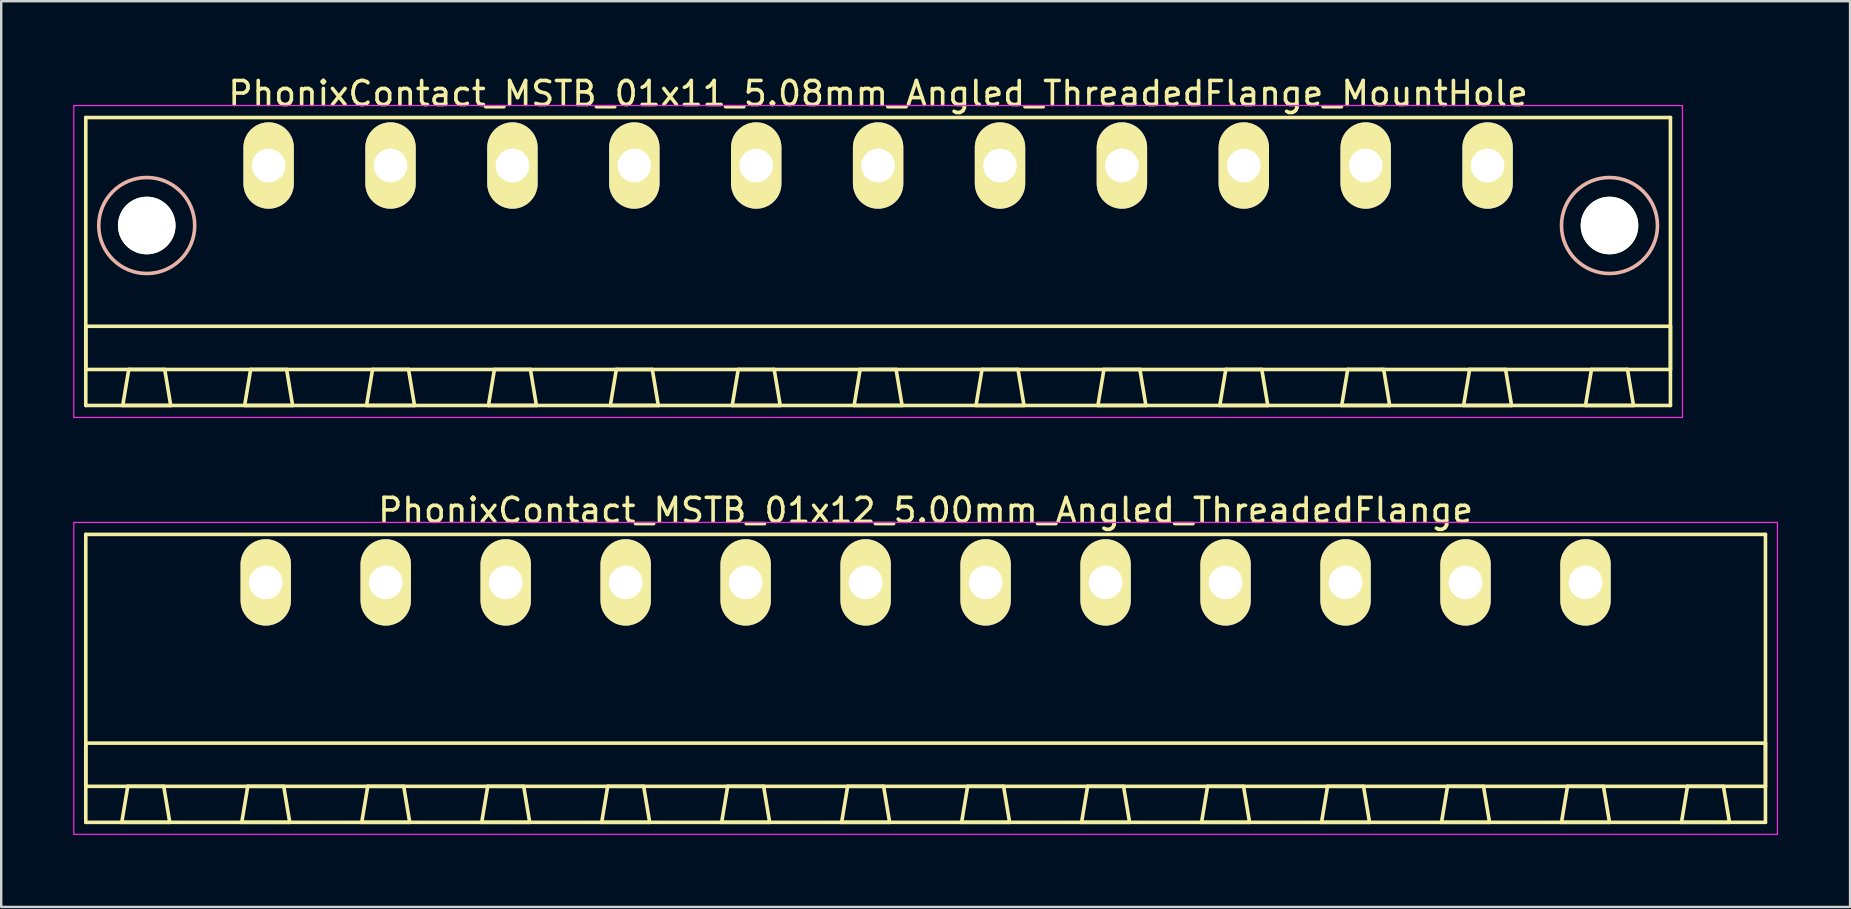
<source format=kicad_pcb>
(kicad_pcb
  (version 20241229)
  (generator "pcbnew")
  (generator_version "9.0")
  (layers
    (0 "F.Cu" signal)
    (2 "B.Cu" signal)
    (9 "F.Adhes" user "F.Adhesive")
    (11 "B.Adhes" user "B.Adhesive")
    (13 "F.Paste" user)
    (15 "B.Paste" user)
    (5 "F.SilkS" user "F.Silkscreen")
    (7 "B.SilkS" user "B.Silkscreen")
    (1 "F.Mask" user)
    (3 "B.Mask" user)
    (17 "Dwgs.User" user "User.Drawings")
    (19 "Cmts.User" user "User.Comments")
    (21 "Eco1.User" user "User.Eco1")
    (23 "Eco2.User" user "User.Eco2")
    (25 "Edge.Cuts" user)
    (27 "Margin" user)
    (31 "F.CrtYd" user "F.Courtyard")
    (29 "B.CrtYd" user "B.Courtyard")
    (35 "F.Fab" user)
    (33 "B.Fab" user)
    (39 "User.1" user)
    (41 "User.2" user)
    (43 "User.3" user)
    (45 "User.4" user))
  (footprint "PhonixContact_MSTB_01x11_5.08mm_Angled_ThreadedFlange_MountHole"
    (layer "F.Cu")
    (at 8.145 3.848)
    (property "Reference" "PhonixContact_MSTB_01x11_5.08mm_Angled_ThreadedFlange_MountHole" (at 25.4 -3 0) (layer "F.SilkS") (effects (font (size 1 1) (thickness 0.15))))
    (attr through_hole)
    (fp_line (start -7.62 -2) (end -7.62 10) (stroke (width 0.15) (type solid)) (layer "F.SilkS"))
    (fp_line (start -7.62 6.7) (end 58.42 6.7) (stroke (width 0.15) (type solid)) (layer "F.SilkS"))
    (fp_line (start -7.62 8.5) (end -7.62 6.7) (stroke (width 0.15) (type solid)) (layer "F.SilkS"))
    (fp_line (start -7.62 10) (end 58.42 10) (stroke (width 0.15) (type solid)) (layer "F.SilkS"))
    (fp_line (start -6.08 10) (end -4.08 10) (stroke (width 0.15) (type solid)) (layer "F.SilkS"))
    (fp_line (start -5.83 8.5) (end -6.08 10) (stroke (width 0.15) (type solid)) (layer "F.SilkS"))
    (fp_line (start -4.33 8.5) (end -5.83 8.5) (stroke (width 0.15) (type solid)) (layer "F.SilkS"))
    (fp_line (start -4.08 10) (end -4.33 8.5) (stroke (width 0.15) (type solid)) (layer "F.SilkS"))
    (fp_line (start -1 10) (end 1 10) (stroke (width 0.15) (type solid)) (layer "F.SilkS"))
    (fp_line (start -0.75 8.5) (end -1 10) (stroke (width 0.15) (type solid)) (layer "F.SilkS"))
    (fp_line (start 0.75 8.5) (end -0.75 8.5) (stroke (width 0.15) (type solid)) (layer "F.SilkS"))
    (fp_line (start 1 10) (end 0.75 8.5) (stroke (width 0.15) (type solid)) (layer "F.SilkS"))
    (fp_line (start 4.08 10) (end 6.08 10) (stroke (width 0.15) (type solid)) (layer "F.SilkS"))
    (fp_line (start 4.33 8.5) (end 4.08 10) (stroke (width 0.15) (type solid)) (layer "F.SilkS"))
    (fp_line (start 5.83 8.5) (end 4.33 8.5) (stroke (width 0.15) (type solid)) (layer "F.SilkS"))
    (fp_line (start 6.08 10) (end 5.83 8.5) (stroke (width 0.15) (type solid)) (layer "F.SilkS"))
    (fp_line (start 9.16 10) (end 11.16 10) (stroke (width 0.15) (type solid)) (layer "F.SilkS"))
    (fp_line (start 9.41 8.5) (end 9.16 10) (stroke (width 0.15) (type solid)) (layer "F.SilkS"))
    (fp_line (start 10.91 8.5) (end 9.41 8.5) (stroke (width 0.15) (type solid)) (layer "F.SilkS"))
    (fp_line (start 11.16 10) (end 10.91 8.5) (stroke (width 0.15) (type solid)) (layer "F.SilkS"))
    (fp_line (start 14.24 10) (end 16.24 10) (stroke (width 0.15) (type solid)) (layer "F.SilkS"))
    (fp_line (start 14.49 8.5) (end 14.24 10) (stroke (width 0.15) (type solid)) (layer "F.SilkS"))
    (fp_line (start 15.99 8.5) (end 14.49 8.5) (stroke (width 0.15) (type solid)) (layer "F.SilkS"))
    (fp_line (start 16.24 10) (end 15.99 8.5) (stroke (width 0.15) (type solid)) (layer "F.SilkS"))
    (fp_line (start 19.32 10) (end 21.32 10) (stroke (width 0.15) (type solid)) (layer "F.SilkS"))
    (fp_line (start 19.57 8.5) (end 19.32 10) (stroke (width 0.15) (type solid)) (layer "F.SilkS"))
    (fp_line (start 21.07 8.5) (end 19.57 8.5) (stroke (width 0.15) (type solid)) (layer "F.SilkS"))
    (fp_line (start 21.32 10) (end 21.07 8.5) (stroke (width 0.15) (type solid)) (layer "F.SilkS"))
    (fp_line (start 24.4 10) (end 26.4 10) (stroke (width 0.15) (type solid)) (layer "F.SilkS"))
    (fp_line (start 24.65 8.5) (end 24.4 10) (stroke (width 0.15) (type solid)) (layer "F.SilkS"))
    (fp_line (start 26.15 8.5) (end 24.65 8.5) (stroke (width 0.15) (type solid)) (layer "F.SilkS"))
    (fp_line (start 26.4 10) (end 26.15 8.5) (stroke (width 0.15) (type solid)) (layer "F.SilkS"))
    (fp_line (start 29.48 10) (end 31.48 10) (stroke (width 0.15) (type solid)) (layer "F.SilkS"))
    (fp_line (start 29.73 8.5) (end 29.48 10) (stroke (width 0.15) (type solid)) (layer "F.SilkS"))
    (fp_line (start 31.23 8.5) (end 29.73 8.5) (stroke (width 0.15) (type solid)) (layer "F.SilkS"))
    (fp_line (start 31.48 10) (end 31.23 8.5) (stroke (width 0.15) (type solid)) (layer "F.SilkS"))
    (fp_line (start 34.56 10) (end 36.56 10) (stroke (width 0.15) (type solid)) (layer "F.SilkS"))
    (fp_line (start 34.81 8.5) (end 34.56 10) (stroke (width 0.15) (type solid)) (layer "F.SilkS"))
    (fp_line (start 36.31 8.5) (end 34.81 8.5) (stroke (width 0.15) (type solid)) (layer "F.SilkS"))
    (fp_line (start 36.56 10) (end 36.31 8.5) (stroke (width 0.15) (type solid)) (layer "F.SilkS"))
    (fp_line (start 39.64 10) (end 41.64 10) (stroke (width 0.15) (type solid)) (layer "F.SilkS"))
    (fp_line (start 39.89 8.5) (end 39.64 10) (stroke (width 0.15) (type solid)) (layer "F.SilkS"))
    (fp_line (start 41.39 8.5) (end 39.89 8.5) (stroke (width 0.15) (type solid)) (layer "F.SilkS"))
    (fp_line (start 41.64 10) (end 41.39 8.5) (stroke (width 0.15) (type solid)) (layer "F.SilkS"))
    (fp_line (start 44.72 10) (end 46.72 10) (stroke (width 0.15) (type solid)) (layer "F.SilkS"))
    (fp_line (start 44.97 8.5) (end 44.72 10) (stroke (width 0.15) (type solid)) (layer "F.SilkS"))
    (fp_line (start 46.47 8.5) (end 44.97 8.5) (stroke (width 0.15) (type solid)) (layer "F.SilkS"))
    (fp_line (start 46.72 10) (end 46.47 8.5) (stroke (width 0.15) (type solid)) (layer "F.SilkS"))
    (fp_line (start 49.8 10) (end 51.8 10) (stroke (width 0.15) (type solid)) (layer "F.SilkS"))
    (fp_line (start 50.05 8.5) (end 49.8 10) (stroke (width 0.15) (type solid)) (layer "F.SilkS"))
    (fp_line (start 51.55 8.5) (end 50.05 8.5) (stroke (width 0.15) (type solid)) (layer "F.SilkS"))
    (fp_line (start 51.8 10) (end 51.55 8.5) (stroke (width 0.15) (type solid)) (layer "F.SilkS"))
    (fp_line (start 54.88 10) (end 56.88 10) (stroke (width 0.15) (type solid)) (layer "F.SilkS"))
    (fp_line (start 55.13 8.5) (end 54.88 10) (stroke (width 0.15) (type solid)) (layer "F.SilkS"))
    (fp_line (start 56.63 8.5) (end 55.13 8.5) (stroke (width 0.15) (type solid)) (layer "F.SilkS"))
    (fp_line (start 56.88 10) (end 56.63 8.5) (stroke (width 0.15) (type solid)) (layer "F.SilkS"))
    (fp_line (start 58.42 -2) (end -7.62 -2) (stroke (width 0.15) (type solid)) (layer "F.SilkS"))
    (fp_line (start 58.42 6.7) (end 58.42 8.5) (stroke (width 0.15) (type solid)) (layer "F.SilkS"))
    (fp_line (start 58.42 8.5) (end -7.62 8.5) (stroke (width 0.15) (type solid)) (layer "F.SilkS"))
    (fp_line (start 58.42 10) (end 58.42 -2) (stroke (width 0.15) (type solid)) (layer "F.SilkS"))
    (fp_circle (center -5.08 2.5) (end -3.08 2.5) (stroke (width 0.15) (type solid)) (fill no) (layer "B.SilkS"))
    (fp_circle (center 55.88 2.5) (end 57.88 2.5) (stroke (width 0.15) (type solid)) (fill no) (layer "B.SilkS"))
    (fp_line (start -8.12 -2.5) (end -8.12 10.5) (stroke (width 0.05) (type solid)) (layer "F.CrtYd"))
    (fp_line (start -8.12 10.5) (end 58.92 10.5) (stroke (width 0.05) (type solid)) (layer "F.CrtYd"))
    (fp_line (start 58.92 -2.5) (end -8.12 -2.5) (stroke (width 0.05) (type solid)) (layer "F.CrtYd"))
    (fp_line (start 58.92 10.5) (end 58.92 -2.5) (stroke (width 0.05) (type solid)) (layer "F.CrtYd"))
    (pad "" np_thru_hole circle (at -5.08 2.5) (size 2.4 2.4) (drill 2.4) (layers "*.Cu" "*.Mask" "F.SilkS"))
    (pad "" np_thru_hole circle (at 55.88 2.5) (size 2.4 2.4) (drill 2.4) (layers "*.Cu" "*.Mask" "F.SilkS"))
    (pad "1" thru_hole oval (at 0 0) (size 2.1 3.6) (drill 1.4) (layers "*.Cu" "*.Mask" "F.SilkS"))
    (pad "2" thru_hole oval (at 5.08 0) (size 2.1 3.6) (drill 1.4) (layers "*.Cu" "*.Mask" "F.SilkS"))
    (pad "3" thru_hole oval (at 10.16 0) (size 2.1 3.6) (drill 1.4) (layers "*.Cu" "*.Mask" "F.SilkS"))
    (pad "4" thru_hole oval (at 15.24 0) (size 2.1 3.6) (drill 1.4) (layers "*.Cu" "*.Mask" "F.SilkS"))
    (pad "5" thru_hole oval (at 20.32 0) (size 2.1 3.6) (drill 1.4) (layers "*.Cu" "*.Mask" "F.SilkS"))
    (pad "6" thru_hole oval (at 25.4 0) (size 2.1 3.6) (drill 1.4) (layers "*.Cu" "*.Mask" "F.SilkS"))
    (pad "7" thru_hole oval (at 30.48 0) (size 2.1 3.6) (drill 1.4) (layers "*.Cu" "*.Mask" "F.SilkS"))
    (pad "8" thru_hole oval (at 35.56 0) (size 2.1 3.6) (drill 1.4) (layers "*.Cu" "*.Mask" "F.SilkS"))
    (pad "9" thru_hole oval (at 40.64 0) (size 2.1 3.6) (drill 1.4) (layers "*.Cu" "*.Mask" "F.SilkS"))
    (pad "10" thru_hole oval (at 45.72 0) (size 2.1 3.6) (drill 1.4) (layers "*.Cu" "*.Mask" "F.SilkS"))
    (pad "11" thru_hole oval (at 50.8 0) (size 2.1 3.6) (drill 1.4) (layers "*.Cu" "*.Mask" "F.SilkS")))
  (footprint "PhonixContact_MSTB_01x12_5.00mm_Angled_ThreadedFlange"
    (layer "F.Cu")
    (at 8.025 21.221)
    (property "Reference" "PhonixContact_MSTB_01x12_5.00mm_Angled_ThreadedFlange" (at 27.5 -3 0) (layer "F.SilkS") (effects (font (size 1 1) (thickness 0.15))))
    (attr through_hole)
    (fp_line (start -7.5 -2) (end -7.5 10) (stroke (width 0.15) (type solid)) (layer "F.SilkS"))
    (fp_line (start -7.5 6.7) (end 62.5 6.7) (stroke (width 0.15) (type solid)) (layer "F.SilkS"))
    (fp_line (start -7.5 8.5) (end -7.5 6.7) (stroke (width 0.15) (type solid)) (layer "F.SilkS"))
    (fp_line (start -7.5 10) (end 62.5 10) (stroke (width 0.15) (type solid)) (layer "F.SilkS"))
    (fp_line (start -6 10) (end -4 10) (stroke (width 0.15) (type solid)) (layer "F.SilkS"))
    (fp_line (start -5.75 8.5) (end -6 10) (stroke (width 0.15) (type solid)) (layer "F.SilkS"))
    (fp_line (start -4.25 8.5) (end -5.75 8.5) (stroke (width 0.15) (type solid)) (layer "F.SilkS"))
    (fp_line (start -4 10) (end -4.25 8.5) (stroke (width 0.15) (type solid)) (layer "F.SilkS"))
    (fp_line (start -1 10) (end 1 10) (stroke (width 0.15) (type solid)) (layer "F.SilkS"))
    (fp_line (start -0.75 8.5) (end -1 10) (stroke (width 0.15) (type solid)) (layer "F.SilkS"))
    (fp_line (start 0.75 8.5) (end -0.75 8.5) (stroke (width 0.15) (type solid)) (layer "F.SilkS"))
    (fp_line (start 1 10) (end 0.75 8.5) (stroke (width 0.15) (type solid)) (layer "F.SilkS"))
    (fp_line (start 4 10) (end 6 10) (stroke (width 0.15) (type solid)) (layer "F.SilkS"))
    (fp_line (start 4.25 8.5) (end 4 10) (stroke (width 0.15) (type solid)) (layer "F.SilkS"))
    (fp_line (start 5.75 8.5) (end 4.25 8.5) (stroke (width 0.15) (type solid)) (layer "F.SilkS"))
    (fp_line (start 6 10) (end 5.75 8.5) (stroke (width 0.15) (type solid)) (layer "F.SilkS"))
    (fp_line (start 9 10) (end 11 10) (stroke (width 0.15) (type solid)) (layer "F.SilkS"))
    (fp_line (start 9.25 8.5) (end 9 10) (stroke (width 0.15) (type solid)) (layer "F.SilkS"))
    (fp_line (start 10.75 8.5) (end 9.25 8.5) (stroke (width 0.15) (type solid)) (layer "F.SilkS"))
    (fp_line (start 11 10) (end 10.75 8.5) (stroke (width 0.15) (type solid)) (layer "F.SilkS"))
    (fp_line (start 14 10) (end 16 10) (stroke (width 0.15) (type solid)) (layer "F.SilkS"))
    (fp_line (start 14.25 8.5) (end 14 10) (stroke (width 0.15) (type solid)) (layer "F.SilkS"))
    (fp_line (start 15.75 8.5) (end 14.25 8.5) (stroke (width 0.15) (type solid)) (layer "F.SilkS"))
    (fp_line (start 16 10) (end 15.75 8.5) (stroke (width 0.15) (type solid)) (layer "F.SilkS"))
    (fp_line (start 19 10) (end 21 10) (stroke (width 0.15) (type solid)) (layer "F.SilkS"))
    (fp_line (start 19.25 8.5) (end 19 10) (stroke (width 0.15) (type solid)) (layer "F.SilkS"))
    (fp_line (start 20.75 8.5) (end 19.25 8.5) (stroke (width 0.15) (type solid)) (layer "F.SilkS"))
    (fp_line (start 21 10) (end 20.75 8.5) (stroke (width 0.15) (type solid)) (layer "F.SilkS"))
    (fp_line (start 24 10) (end 26 10) (stroke (width 0.15) (type solid)) (layer "F.SilkS"))
    (fp_line (start 24.25 8.5) (end 24 10) (stroke (width 0.15) (type solid)) (layer "F.SilkS"))
    (fp_line (start 25.75 8.5) (end 24.25 8.5) (stroke (width 0.15) (type solid)) (layer "F.SilkS"))
    (fp_line (start 26 10) (end 25.75 8.5) (stroke (width 0.15) (type solid)) (layer "F.SilkS"))
    (fp_line (start 29 10) (end 31 10) (stroke (width 0.15) (type solid)) (layer "F.SilkS"))
    (fp_line (start 29.25 8.5) (end 29 10) (stroke (width 0.15) (type solid)) (layer "F.SilkS"))
    (fp_line (start 30.75 8.5) (end 29.25 8.5) (stroke (width 0.15) (type solid)) (layer "F.SilkS"))
    (fp_line (start 31 10) (end 30.75 8.5) (stroke (width 0.15) (type solid)) (layer "F.SilkS"))
    (fp_line (start 34 10) (end 36 10) (stroke (width 0.15) (type solid)) (layer "F.SilkS"))
    (fp_line (start 34.25 8.5) (end 34 10) (stroke (width 0.15) (type solid)) (layer "F.SilkS"))
    (fp_line (start 35.75 8.5) (end 34.25 8.5) (stroke (width 0.15) (type solid)) (layer "F.SilkS"))
    (fp_line (start 36 10) (end 35.75 8.5) (stroke (width 0.15) (type solid)) (layer "F.SilkS"))
    (fp_line (start 39 10) (end 41 10) (stroke (width 0.15) (type solid)) (layer "F.SilkS"))
    (fp_line (start 39.25 8.5) (end 39 10) (stroke (width 0.15) (type solid)) (layer "F.SilkS"))
    (fp_line (start 40.75 8.5) (end 39.25 8.5) (stroke (width 0.15) (type solid)) (layer "F.SilkS"))
    (fp_line (start 41 10) (end 40.75 8.5) (stroke (width 0.15) (type solid)) (layer "F.SilkS"))
    (fp_line (start 44 10) (end 46 10) (stroke (width 0.15) (type solid)) (layer "F.SilkS"))
    (fp_line (start 44.25 8.5) (end 44 10) (stroke (width 0.15) (type solid)) (layer "F.SilkS"))
    (fp_line (start 45.75 8.5) (end 44.25 8.5) (stroke (width 0.15) (type solid)) (layer "F.SilkS"))
    (fp_line (start 46 10) (end 45.75 8.5) (stroke (width 0.15) (type solid)) (layer "F.SilkS"))
    (fp_line (start 49 10) (end 51 10) (stroke (width 0.15) (type solid)) (layer "F.SilkS"))
    (fp_line (start 49.25 8.5) (end 49 10) (stroke (width 0.15) (type solid)) (layer "F.SilkS"))
    (fp_line (start 50.75 8.5) (end 49.25 8.5) (stroke (width 0.15) (type solid)) (layer "F.SilkS"))
    (fp_line (start 51 10) (end 50.75 8.5) (stroke (width 0.15) (type solid)) (layer "F.SilkS"))
    (fp_line (start 54 10) (end 56 10) (stroke (width 0.15) (type solid)) (layer "F.SilkS"))
    (fp_line (start 54.25 8.5) (end 54 10) (stroke (width 0.15) (type solid)) (layer "F.SilkS"))
    (fp_line (start 55.75 8.5) (end 54.25 8.5) (stroke (width 0.15) (type solid)) (layer "F.SilkS"))
    (fp_line (start 56 10) (end 55.75 8.5) (stroke (width 0.15) (type solid)) (layer "F.SilkS"))
    (fp_line (start 59 10) (end 61 10) (stroke (width 0.15) (type solid)) (layer "F.SilkS"))
    (fp_line (start 59.25 8.5) (end 59 10) (stroke (width 0.15) (type solid)) (layer "F.SilkS"))
    (fp_line (start 60.75 8.5) (end 59.25 8.5) (stroke (width 0.15) (type solid)) (layer "F.SilkS"))
    (fp_line (start 61 10) (end 60.75 8.5) (stroke (width 0.15) (type solid)) (layer "F.SilkS"))
    (fp_line (start 62.5 -2) (end -7.5 -2) (stroke (width 0.15) (type solid)) (layer "F.SilkS"))
    (fp_line (start 62.5 6.7) (end 62.5 8.5) (stroke (width 0.15) (type solid)) (layer "F.SilkS"))
    (fp_line (start 62.5 8.5) (end -7.5 8.5) (stroke (width 0.15) (type solid)) (layer "F.SilkS"))
    (fp_line (start 62.5 10) (end 62.5 -2) (stroke (width 0.15) (type solid)) (layer "F.SilkS"))
    (fp_line (start -8 -2.5) (end -8 10.5) (stroke (width 0.05) (type solid)) (layer "F.CrtYd"))
    (fp_line (start -8 10.5) (end 63 10.5) (stroke (width 0.05) (type solid)) (layer "F.CrtYd"))
    (fp_line (start 63 -2.5) (end -8 -2.5) (stroke (width 0.05) (type solid)) (layer "F.CrtYd"))
    (fp_line (start 63 10.5) (end 63 -2.5) (stroke (width 0.05) (type solid)) (layer "F.CrtYd"))
    (pad "1" thru_hole oval (at 0 0) (size 2.1 3.6) (drill 1.4) (layers "*.Cu" "*.Mask" "F.SilkS"))
    (pad "2" thru_hole oval (at 5 0) (size 2.1 3.6) (drill 1.4) (layers "*.Cu" "*.Mask" "F.SilkS"))
    (pad "3" thru_hole oval (at 10 0) (size 2.1 3.6) (drill 1.4) (layers "*.Cu" "*.Mask" "F.SilkS"))
    (pad "4" thru_hole oval (at 15 0) (size 2.1 3.6) (drill 1.4) (layers "*.Cu" "*.Mask" "F.SilkS"))
    (pad "5" thru_hole oval (at 20 0) (size 2.1 3.6) (drill 1.4) (layers "*.Cu" "*.Mask" "F.SilkS"))
    (pad "6" thru_hole oval (at 25 0) (size 2.1 3.6) (drill 1.4) (layers "*.Cu" "*.Mask" "F.SilkS"))
    (pad "7" thru_hole oval (at 30 0) (size 2.1 3.6) (drill 1.4) (layers "*.Cu" "*.Mask" "F.SilkS"))
    (pad "8" thru_hole oval (at 35 0) (size 2.1 3.6) (drill 1.4) (layers "*.Cu" "*.Mask" "F.SilkS"))
    (pad "9" thru_hole oval (at 40 0) (size 2.1 3.6) (drill 1.4) (layers "*.Cu" "*.Mask" "F.SilkS"))
    (pad "10" thru_hole oval (at 45 0) (size 2.1 3.6) (drill 1.4) (layers "*.Cu" "*.Mask" "F.SilkS"))
    (pad "11" thru_hole oval (at 50 0) (size 2.1 3.6) (drill 1.4) (layers "*.Cu" "*.Mask" "F.SilkS"))
    (pad "12" thru_hole oval (at 55 0) (size 2.1 3.6) (drill 1.4) (layers "*.Cu" "*.Mask" "F.SilkS")))
  (gr_rect
    (start -3 -3)
    (end 74.05 34.746)
    (stroke (width 0.1) (type default))
    (fill no)
    (layer "Edge.Cuts")))
</source>
